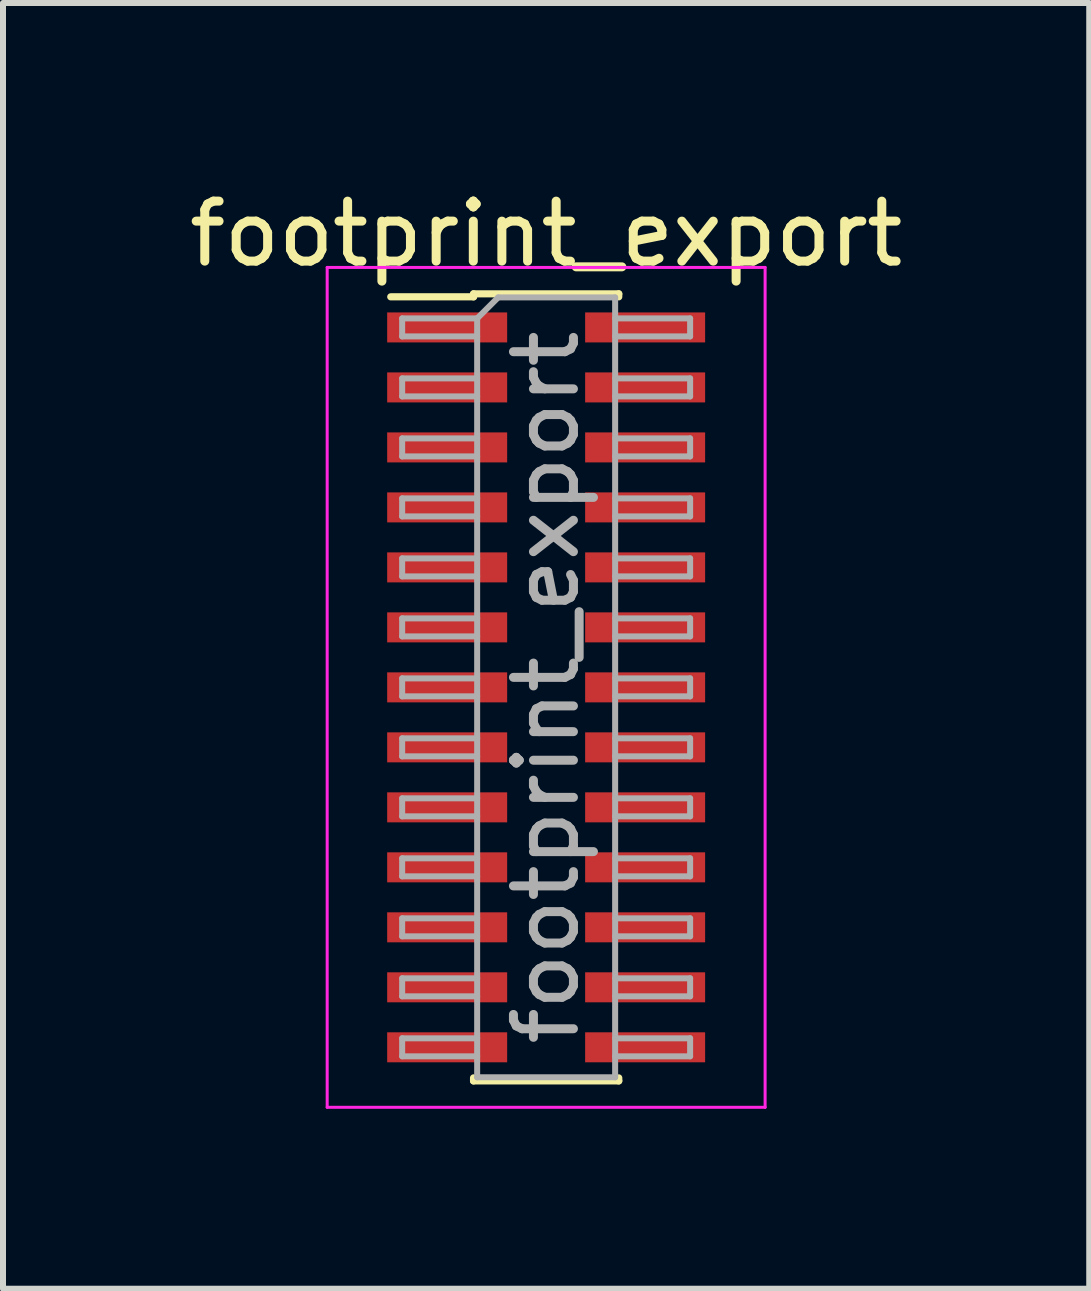
<source format=kicad_pcb>
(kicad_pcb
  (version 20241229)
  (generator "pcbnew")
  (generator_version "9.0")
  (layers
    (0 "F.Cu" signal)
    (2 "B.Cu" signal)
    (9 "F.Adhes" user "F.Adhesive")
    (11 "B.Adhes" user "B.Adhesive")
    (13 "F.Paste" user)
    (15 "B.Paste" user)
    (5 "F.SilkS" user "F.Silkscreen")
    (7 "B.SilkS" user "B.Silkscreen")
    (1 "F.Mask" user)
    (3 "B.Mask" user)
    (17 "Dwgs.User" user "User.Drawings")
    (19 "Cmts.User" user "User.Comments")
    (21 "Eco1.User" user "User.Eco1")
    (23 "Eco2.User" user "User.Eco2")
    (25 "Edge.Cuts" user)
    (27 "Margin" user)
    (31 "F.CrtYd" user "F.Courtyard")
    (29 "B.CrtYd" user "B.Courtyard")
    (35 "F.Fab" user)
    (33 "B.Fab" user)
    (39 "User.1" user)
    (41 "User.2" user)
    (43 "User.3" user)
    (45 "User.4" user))
  (footprint "footprint_export"
    (layer "F.Cu")
    (at 6.054 8.408)
    (property "Reference" "footprint_export" (at 0 -7.56 0) (layer "F.SilkS") (effects (font (size 1 1) (thickness 0.15))))
    (attr smd)
    (fp_line (start -2.59 -6.51) (end -1.21 -6.51) (stroke (width 0.12) (type solid)) (layer "F.SilkS"))
    (fp_line (start -1.21 -6.56) (end -1.21 -6.51) (stroke (width 0.12) (type solid)) (layer "F.SilkS"))
    (fp_line (start -1.21 -6.56) (end 1.21 -6.56) (stroke (width 0.12) (type solid)) (layer "F.SilkS"))
    (fp_line (start -1.21 6.51) (end -1.21 6.56) (stroke (width 0.12) (type solid)) (layer "F.SilkS"))
    (fp_line (start -1.21 6.56) (end 1.21 6.56) (stroke (width 0.12) (type solid)) (layer "F.SilkS"))
    (fp_line (start 1.21 -6.56) (end 1.21 -6.51) (stroke (width 0.12) (type solid)) (layer "F.SilkS"))
    (fp_line (start 1.21 6.51) (end 1.21 6.56) (stroke (width 0.12) (type solid)) (layer "F.SilkS"))
    (fp_line (start -3.65 -7) (end -3.65 7) (stroke (width 0.05) (type solid)) (layer "F.CrtYd"))
    (fp_line (start -3.65 7) (end 3.65 7) (stroke (width 0.05) (type solid)) (layer "F.CrtYd"))
    (fp_line (start 3.65 -7) (end -3.65 -7) (stroke (width 0.05) (type solid)) (layer "F.CrtYd"))
    (fp_line (start 3.65 7) (end 3.65 -7) (stroke (width 0.05) (type solid)) (layer "F.CrtYd"))
    (fp_line (start -2.4 -6.15) (end -2.4 -5.85) (stroke (width 0.1) (type solid)) (layer "F.Fab"))
    (fp_line (start -2.4 -5.85) (end -1.15 -5.85) (stroke (width 0.1) (type solid)) (layer "F.Fab"))
    (fp_line (start -2.4 -5.15) (end -2.4 -4.85) (stroke (width 0.1) (type solid)) (layer "F.Fab"))
    (fp_line (start -2.4 -4.85) (end -1.15 -4.85) (stroke (width 0.1) (type solid)) (layer "F.Fab"))
    (fp_line (start -2.4 -4.15) (end -2.4 -3.85) (stroke (width 0.1) (type solid)) (layer "F.Fab"))
    (fp_line (start -2.4 -3.85) (end -1.15 -3.85) (stroke (width 0.1) (type solid)) (layer "F.Fab"))
    (fp_line (start -2.4 -3.15) (end -2.4 -2.85) (stroke (width 0.1) (type solid)) (layer "F.Fab"))
    (fp_line (start -2.4 -2.85) (end -1.15 -2.85) (stroke (width 0.1) (type solid)) (layer "F.Fab"))
    (fp_line (start -2.4 -2.15) (end -2.4 -1.85) (stroke (width 0.1) (type solid)) (layer "F.Fab"))
    (fp_line (start -2.4 -1.85) (end -1.15 -1.85) (stroke (width 0.1) (type solid)) (layer "F.Fab"))
    (fp_line (start -2.4 -1.15) (end -2.4 -0.85) (stroke (width 0.1) (type solid)) (layer "F.Fab"))
    (fp_line (start -2.4 -0.85) (end -1.15 -0.85) (stroke (width 0.1) (type solid)) (layer "F.Fab"))
    (fp_line (start -2.4 -0.15) (end -2.4 0.15) (stroke (width 0.1) (type solid)) (layer "F.Fab"))
    (fp_line (start -2.4 0.15) (end -1.15 0.15) (stroke (width 0.1) (type solid)) (layer "F.Fab"))
    (fp_line (start -2.4 0.85) (end -2.4 1.15) (stroke (width 0.1) (type solid)) (layer "F.Fab"))
    (fp_line (start -2.4 1.15) (end -1.15 1.15) (stroke (width 0.1) (type solid)) (layer "F.Fab"))
    (fp_line (start -2.4 1.85) (end -2.4 2.15) (stroke (width 0.1) (type solid)) (layer "F.Fab"))
    (fp_line (start -2.4 2.15) (end -1.15 2.15) (stroke (width 0.1) (type solid)) (layer "F.Fab"))
    (fp_line (start -2.4 2.85) (end -2.4 3.15) (stroke (width 0.1) (type solid)) (layer "F.Fab"))
    (fp_line (start -2.4 3.15) (end -1.15 3.15) (stroke (width 0.1) (type solid)) (layer "F.Fab"))
    (fp_line (start -2.4 3.85) (end -2.4 4.15) (stroke (width 0.1) (type solid)) (layer "F.Fab"))
    (fp_line (start -2.4 4.15) (end -1.15 4.15) (stroke (width 0.1) (type solid)) (layer "F.Fab"))
    (fp_line (start -2.4 4.85) (end -2.4 5.15) (stroke (width 0.1) (type solid)) (layer "F.Fab"))
    (fp_line (start -2.4 5.15) (end -1.15 5.15) (stroke (width 0.1) (type solid)) (layer "F.Fab"))
    (fp_line (start -2.4 5.85) (end -2.4 6.15) (stroke (width 0.1) (type solid)) (layer "F.Fab"))
    (fp_line (start -2.4 6.15) (end -1.15 6.15) (stroke (width 0.1) (type solid)) (layer "F.Fab"))
    (fp_line (start -1.15 -6.15) (end -2.4 -6.15) (stroke (width 0.1) (type solid)) (layer "F.Fab"))
    (fp_line (start -1.15 -6.15) (end -0.8 -6.5) (stroke (width 0.1) (type solid)) (layer "F.Fab"))
    (fp_line (start -1.15 -5.15) (end -2.4 -5.15) (stroke (width 0.1) (type solid)) (layer "F.Fab"))
    (fp_line (start -1.15 -4.15) (end -2.4 -4.15) (stroke (width 0.1) (type solid)) (layer "F.Fab"))
    (fp_line (start -1.15 -3.15) (end -2.4 -3.15) (stroke (width 0.1) (type solid)) (layer "F.Fab"))
    (fp_line (start -1.15 -2.15) (end -2.4 -2.15) (stroke (width 0.1) (type solid)) (layer "F.Fab"))
    (fp_line (start -1.15 -1.15) (end -2.4 -1.15) (stroke (width 0.1) (type solid)) (layer "F.Fab"))
    (fp_line (start -1.15 -0.15) (end -2.4 -0.15) (stroke (width 0.1) (type solid)) (layer "F.Fab"))
    (fp_line (start -1.15 0.85) (end -2.4 0.85) (stroke (width 0.1) (type solid)) (layer "F.Fab"))
    (fp_line (start -1.15 1.85) (end -2.4 1.85) (stroke (width 0.1) (type solid)) (layer "F.Fab"))
    (fp_line (start -1.15 2.85) (end -2.4 2.85) (stroke (width 0.1) (type solid)) (layer "F.Fab"))
    (fp_line (start -1.15 3.85) (end -2.4 3.85) (stroke (width 0.1) (type solid)) (layer "F.Fab"))
    (fp_line (start -1.15 4.85) (end -2.4 4.85) (stroke (width 0.1) (type solid)) (layer "F.Fab"))
    (fp_line (start -1.15 5.85) (end -2.4 5.85) (stroke (width 0.1) (type solid)) (layer "F.Fab"))
    (fp_line (start -1.15 6.5) (end -1.15 -6.15) (stroke (width 0.1) (type solid)) (layer "F.Fab"))
    (fp_line (start -0.8 -6.5) (end 1.15 -6.5) (stroke (width 0.1) (type solid)) (layer "F.Fab"))
    (fp_line (start 1.15 -6.5) (end 1.15 6.5) (stroke (width 0.1) (type solid)) (layer "F.Fab"))
    (fp_line (start 1.15 -6.15) (end 2.4 -6.15) (stroke (width 0.1) (type solid)) (layer "F.Fab"))
    (fp_line (start 1.15 -5.15) (end 2.4 -5.15) (stroke (width 0.1) (type solid)) (layer "F.Fab"))
    (fp_line (start 1.15 -4.15) (end 2.4 -4.15) (stroke (width 0.1) (type solid)) (layer "F.Fab"))
    (fp_line (start 1.15 -3.15) (end 2.4 -3.15) (stroke (width 0.1) (type solid)) (layer "F.Fab"))
    (fp_line (start 1.15 -2.15) (end 2.4 -2.15) (stroke (width 0.1) (type solid)) (layer "F.Fab"))
    (fp_line (start 1.15 -1.15) (end 2.4 -1.15) (stroke (width 0.1) (type solid)) (layer "F.Fab"))
    (fp_line (start 1.15 -0.15) (end 2.4 -0.15) (stroke (width 0.1) (type solid)) (layer "F.Fab"))
    (fp_line (start 1.15 0.85) (end 2.4 0.85) (stroke (width 0.1) (type solid)) (layer "F.Fab"))
    (fp_line (start 1.15 1.85) (end 2.4 1.85) (stroke (width 0.1) (type solid)) (layer "F.Fab"))
    (fp_line (start 1.15 2.85) (end 2.4 2.85) (stroke (width 0.1) (type solid)) (layer "F.Fab"))
    (fp_line (start 1.15 3.85) (end 2.4 3.85) (stroke (width 0.1) (type solid)) (layer "F.Fab"))
    (fp_line (start 1.15 4.85) (end 2.4 4.85) (stroke (width 0.1) (type solid)) (layer "F.Fab"))
    (fp_line (start 1.15 5.85) (end 2.4 5.85) (stroke (width 0.1) (type solid)) (layer "F.Fab"))
    (fp_line (start 1.15 6.5) (end -1.15 6.5) (stroke (width 0.1) (type solid)) (layer "F.Fab"))
    (fp_line (start 2.4 -6.15) (end 2.4 -5.85) (stroke (width 0.1) (type solid)) (layer "F.Fab"))
    (fp_line (start 2.4 -5.85) (end 1.15 -5.85) (stroke (width 0.1) (type solid)) (layer "F.Fab"))
    (fp_line (start 2.4 -5.15) (end 2.4 -4.85) (stroke (width 0.1) (type solid)) (layer "F.Fab"))
    (fp_line (start 2.4 -4.85) (end 1.15 -4.85) (stroke (width 0.1) (type solid)) (layer "F.Fab"))
    (fp_line (start 2.4 -4.15) (end 2.4 -3.85) (stroke (width 0.1) (type solid)) (layer "F.Fab"))
    (fp_line (start 2.4 -3.85) (end 1.15 -3.85) (stroke (width 0.1) (type solid)) (layer "F.Fab"))
    (fp_line (start 2.4 -3.15) (end 2.4 -2.85) (stroke (width 0.1) (type solid)) (layer "F.Fab"))
    (fp_line (start 2.4 -2.85) (end 1.15 -2.85) (stroke (width 0.1) (type solid)) (layer "F.Fab"))
    (fp_line (start 2.4 -2.15) (end 2.4 -1.85) (stroke (width 0.1) (type solid)) (layer "F.Fab"))
    (fp_line (start 2.4 -1.85) (end 1.15 -1.85) (stroke (width 0.1) (type solid)) (layer "F.Fab"))
    (fp_line (start 2.4 -1.15) (end 2.4 -0.85) (stroke (width 0.1) (type solid)) (layer "F.Fab"))
    (fp_line (start 2.4 -0.85) (end 1.15 -0.85) (stroke (width 0.1) (type solid)) (layer "F.Fab"))
    (fp_line (start 2.4 -0.15) (end 2.4 0.15) (stroke (width 0.1) (type solid)) (layer "F.Fab"))
    (fp_line (start 2.4 0.15) (end 1.15 0.15) (stroke (width 0.1) (type solid)) (layer "F.Fab"))
    (fp_line (start 2.4 0.85) (end 2.4 1.15) (stroke (width 0.1) (type solid)) (layer "F.Fab"))
    (fp_line (start 2.4 1.15) (end 1.15 1.15) (stroke (width 0.1) (type solid)) (layer "F.Fab"))
    (fp_line (start 2.4 1.85) (end 2.4 2.15) (stroke (width 0.1) (type solid)) (layer "F.Fab"))
    (fp_line (start 2.4 2.15) (end 1.15 2.15) (stroke (width 0.1) (type solid)) (layer "F.Fab"))
    (fp_line (start 2.4 2.85) (end 2.4 3.15) (stroke (width 0.1) (type solid)) (layer "F.Fab"))
    (fp_line (start 2.4 3.15) (end 1.15 3.15) (stroke (width 0.1) (type solid)) (layer "F.Fab"))
    (fp_line (start 2.4 3.85) (end 2.4 4.15) (stroke (width 0.1) (type solid)) (layer "F.Fab"))
    (fp_line (start 2.4 4.15) (end 1.15 4.15) (stroke (width 0.1) (type solid)) (layer "F.Fab"))
    (fp_line (start 2.4 4.85) (end 2.4 5.15) (stroke (width 0.1) (type solid)) (layer "F.Fab"))
    (fp_line (start 2.4 5.15) (end 1.15 5.15) (stroke (width 0.1) (type solid)) (layer "F.Fab"))
    (fp_line (start 2.4 5.85) (end 2.4 6.15) (stroke (width 0.1) (type solid)) (layer "F.Fab"))
    (fp_line (start 2.4 6.15) (end 1.15 6.15) (stroke (width 0.1) (type solid)) (layer "F.Fab"))
    (fp_text user "${REFERENCE}" (at 0 0 90) (layer "F.Fab") (effects (font (size 1 1) (thickness 0.15))))
    (pad "1" smd rect (at -1.65 -6) (size 2 0.5) (layers "F.Cu" "F.Mask" "F.Paste"))
    (pad "2" smd rect (at 1.65 -6) (size 2 0.5) (layers "F.Cu" "F.Mask" "F.Paste"))
    (pad "3" smd rect (at -1.65 -5) (size 2 0.5) (layers "F.Cu" "F.Mask" "F.Paste"))
    (pad "4" smd rect (at 1.65 -5) (size 2 0.5) (layers "F.Cu" "F.Mask" "F.Paste"))
    (pad "5" smd rect (at -1.65 -4) (size 2 0.5) (layers "F.Cu" "F.Mask" "F.Paste"))
    (pad "6" smd rect (at 1.65 -4) (size 2 0.5) (layers "F.Cu" "F.Mask" "F.Paste"))
    (pad "7" smd rect (at -1.65 -3) (size 2 0.5) (layers "F.Cu" "F.Mask" "F.Paste"))
    (pad "8" smd rect (at 1.65 -3) (size 2 0.5) (layers "F.Cu" "F.Mask" "F.Paste"))
    (pad "9" smd rect (at -1.65 -2) (size 2 0.5) (layers "F.Cu" "F.Mask" "F.Paste"))
    (pad "10" smd rect (at 1.65 -2) (size 2 0.5) (layers "F.Cu" "F.Mask" "F.Paste"))
    (pad "11" smd rect (at -1.65 -1) (size 2 0.5) (layers "F.Cu" "F.Mask" "F.Paste"))
    (pad "12" smd rect (at 1.65 -1) (size 2 0.5) (layers "F.Cu" "F.Mask" "F.Paste"))
    (pad "13" smd rect (at -1.65 0) (size 2 0.5) (layers "F.Cu" "F.Mask" "F.Paste"))
    (pad "14" smd rect (at 1.65 0) (size 2 0.5) (layers "F.Cu" "F.Mask" "F.Paste"))
    (pad "15" smd rect (at -1.65 1) (size 2 0.5) (layers "F.Cu" "F.Mask" "F.Paste"))
    (pad "16" smd rect (at 1.65 1) (size 2 0.5) (layers "F.Cu" "F.Mask" "F.Paste"))
    (pad "17" smd rect (at -1.65 2) (size 2 0.5) (layers "F.Cu" "F.Mask" "F.Paste"))
    (pad "18" smd rect (at 1.65 2) (size 2 0.5) (layers "F.Cu" "F.Mask" "F.Paste"))
    (pad "19" smd rect (at -1.65 3) (size 2 0.5) (layers "F.Cu" "F.Mask" "F.Paste"))
    (pad "20" smd rect (at 1.65 3) (size 2 0.5) (layers "F.Cu" "F.Mask" "F.Paste"))
    (pad "21" smd rect (at -1.65 4) (size 2 0.5) (layers "F.Cu" "F.Mask" "F.Paste"))
    (pad "22" smd rect (at 1.65 4) (size 2 0.5) (layers "F.Cu" "F.Mask" "F.Paste"))
    (pad "23" smd rect (at -1.65 5) (size 2 0.5) (layers "F.Cu" "F.Mask" "F.Paste"))
    (pad "24" smd rect (at 1.65 5) (size 2 0.5) (layers "F.Cu" "F.Mask" "F.Paste"))
    (pad "25" smd rect (at -1.65 6) (size 2 0.5) (layers "F.Cu" "F.Mask" "F.Paste"))
    (pad "26" smd rect (at 1.65 6) (size 2 0.5) (layers "F.Cu" "F.Mask" "F.Paste")))
  (gr_rect
    (start -3 -3)
    (end 15.107 18.433)
    (stroke (width 0.1) (type default))
    (fill no)
    (layer "Edge.Cuts")))
</source>
